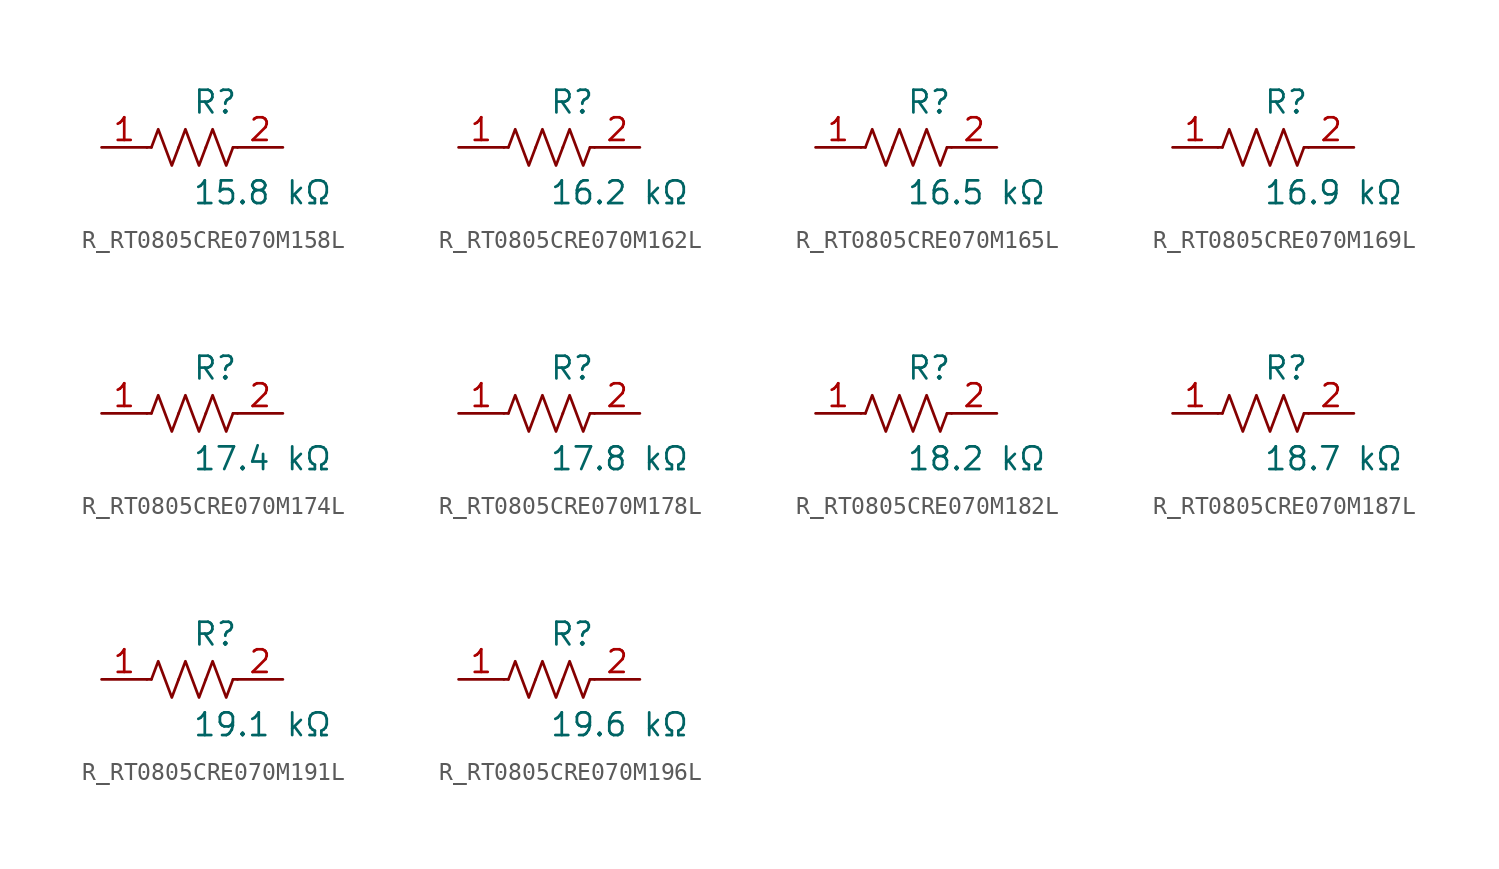
<source format=kicad_sym>
(kicad_symbol_lib
  (version 20231120)
  (generator kicad_symbol_editor)
  (generator_version 8.0)
  (symbol "R_RT0805CRE070M158L"
    (pin_names
      (offset 0.254))
    (property "Reference" "R"
      (at 0.0 2.54 0)
      (effects (font (size 1.27 1.27)) (justify left)))
    (property "Value" "15.8 kΩ"
      (at 0.0 -2.54 0)
      (effects (font (size 1.27 1.27)) (justify left)))
    (symbol "R_RT0805CRE070M158L_0_1"
      (polyline (pts (xy 2.286 0) (xy 2.54 0)) (stroke (width 0) (type default)) (fill (type none)))
      (polyline (pts (xy -2.286 0) (xy -2.54 0)) (stroke (width 0) (type default)) (fill (type none)))
      (polyline (pts (xy 0.762 0) (xy 1.143 1.016) (xy 1.524 0) (xy 1.905 -1.016) (xy 2.286 0)) (stroke (width 0) (type default)) (fill (type none)))
      (polyline (pts (xy -0.762 0) (xy -0.381 1.016) (xy 0 0) (xy 0.381 -1.016) (xy 0.762 0)) (stroke (width 0) (type default)) (fill (type none)))
      (polyline (pts (xy -2.286 0) (xy -1.905 1.016) (xy -1.524 0) (xy -1.143 -1.016) (xy -0.762 0)) (stroke (width 0) (type default)) (fill (type none))))
    (pin unspecified line
      (at -5.08 0 0)
      (length 2.54)
      (name "" (effects (font (size 1.27 1.27))))
      (number "1" (effects (font (size 1.27 1.27)))))
    (pin unspecified line
      (at 5.08 0 180)
      (length 2.54)
      (name "" (effects (font (size 1.27 1.27))))
      (number "2" (effects (font (size 1.27 1.27))))))
  (symbol "R_RT0805CRE070M162L"
    (pin_names
      (offset 0.254))
    (property "Reference" "R"
      (at 0.0 2.54 0)
      (effects (font (size 1.27 1.27)) (justify left)))
    (property "Value" "16.2 kΩ"
      (at 0.0 -2.54 0)
      (effects (font (size 1.27 1.27)) (justify left)))
    (symbol "R_RT0805CRE070M162L_0_1"
      (polyline (pts (xy 2.286 0) (xy 2.54 0)) (stroke (width 0) (type default)) (fill (type none)))
      (polyline (pts (xy -2.286 0) (xy -2.54 0)) (stroke (width 0) (type default)) (fill (type none)))
      (polyline (pts (xy 0.762 0) (xy 1.143 1.016) (xy 1.524 0) (xy 1.905 -1.016) (xy 2.286 0)) (stroke (width 0) (type default)) (fill (type none)))
      (polyline (pts (xy -0.762 0) (xy -0.381 1.016) (xy 0 0) (xy 0.381 -1.016) (xy 0.762 0)) (stroke (width 0) (type default)) (fill (type none)))
      (polyline (pts (xy -2.286 0) (xy -1.905 1.016) (xy -1.524 0) (xy -1.143 -1.016) (xy -0.762 0)) (stroke (width 0) (type default)) (fill (type none))))
    (pin unspecified line
      (at -5.08 0 0)
      (length 2.54)
      (name "" (effects (font (size 1.27 1.27))))
      (number "1" (effects (font (size 1.27 1.27)))))
    (pin unspecified line
      (at 5.08 0 180)
      (length 2.54)
      (name "" (effects (font (size 1.27 1.27))))
      (number "2" (effects (font (size 1.27 1.27))))))
  (symbol "R_RT0805CRE070M165L"
    (pin_names
      (offset 0.254))
    (property "Reference" "R"
      (at 0.0 2.54 0)
      (effects (font (size 1.27 1.27)) (justify left)))
    (property "Value" "16.5 kΩ"
      (at 0.0 -2.54 0)
      (effects (font (size 1.27 1.27)) (justify left)))
    (symbol "R_RT0805CRE070M165L_0_1"
      (polyline (pts (xy 2.286 0) (xy 2.54 0)) (stroke (width 0) (type default)) (fill (type none)))
      (polyline (pts (xy -2.286 0) (xy -2.54 0)) (stroke (width 0) (type default)) (fill (type none)))
      (polyline (pts (xy 0.762 0) (xy 1.143 1.016) (xy 1.524 0) (xy 1.905 -1.016) (xy 2.286 0)) (stroke (width 0) (type default)) (fill (type none)))
      (polyline (pts (xy -0.762 0) (xy -0.381 1.016) (xy 0 0) (xy 0.381 -1.016) (xy 0.762 0)) (stroke (width 0) (type default)) (fill (type none)))
      (polyline (pts (xy -2.286 0) (xy -1.905 1.016) (xy -1.524 0) (xy -1.143 -1.016) (xy -0.762 0)) (stroke (width 0) (type default)) (fill (type none))))
    (pin unspecified line
      (at -5.08 0 0)
      (length 2.54)
      (name "" (effects (font (size 1.27 1.27))))
      (number "1" (effects (font (size 1.27 1.27)))))
    (pin unspecified line
      (at 5.08 0 180)
      (length 2.54)
      (name "" (effects (font (size 1.27 1.27))))
      (number "2" (effects (font (size 1.27 1.27))))))
  (symbol "R_RT0805CRE070M169L"
    (pin_names
      (offset 0.254))
    (property "Reference" "R"
      (at 0.0 2.54 0)
      (effects (font (size 1.27 1.27)) (justify left)))
    (property "Value" "16.9 kΩ"
      (at 0.0 -2.54 0)
      (effects (font (size 1.27 1.27)) (justify left)))
    (symbol "R_RT0805CRE070M169L_0_1"
      (polyline (pts (xy 2.286 0) (xy 2.54 0)) (stroke (width 0) (type default)) (fill (type none)))
      (polyline (pts (xy -2.286 0) (xy -2.54 0)) (stroke (width 0) (type default)) (fill (type none)))
      (polyline (pts (xy 0.762 0) (xy 1.143 1.016) (xy 1.524 0) (xy 1.905 -1.016) (xy 2.286 0)) (stroke (width 0) (type default)) (fill (type none)))
      (polyline (pts (xy -0.762 0) (xy -0.381 1.016) (xy 0 0) (xy 0.381 -1.016) (xy 0.762 0)) (stroke (width 0) (type default)) (fill (type none)))
      (polyline (pts (xy -2.286 0) (xy -1.905 1.016) (xy -1.524 0) (xy -1.143 -1.016) (xy -0.762 0)) (stroke (width 0) (type default)) (fill (type none))))
    (pin unspecified line
      (at -5.08 0 0)
      (length 2.54)
      (name "" (effects (font (size 1.27 1.27))))
      (number "1" (effects (font (size 1.27 1.27)))))
    (pin unspecified line
      (at 5.08 0 180)
      (length 2.54)
      (name "" (effects (font (size 1.27 1.27))))
      (number "2" (effects (font (size 1.27 1.27))))))
  (symbol "R_RT0805CRE070M174L"
    (pin_names
      (offset 0.254))
    (property "Reference" "R"
      (at 0.0 2.54 0)
      (effects (font (size 1.27 1.27)) (justify left)))
    (property "Value" "17.4 kΩ"
      (at 0.0 -2.54 0)
      (effects (font (size 1.27 1.27)) (justify left)))
    (symbol "R_RT0805CRE070M174L_0_1"
      (polyline (pts (xy 2.286 0) (xy 2.54 0)) (stroke (width 0) (type default)) (fill (type none)))
      (polyline (pts (xy -2.286 0) (xy -2.54 0)) (stroke (width 0) (type default)) (fill (type none)))
      (polyline (pts (xy 0.762 0) (xy 1.143 1.016) (xy 1.524 0) (xy 1.905 -1.016) (xy 2.286 0)) (stroke (width 0) (type default)) (fill (type none)))
      (polyline (pts (xy -0.762 0) (xy -0.381 1.016) (xy 0 0) (xy 0.381 -1.016) (xy 0.762 0)) (stroke (width 0) (type default)) (fill (type none)))
      (polyline (pts (xy -2.286 0) (xy -1.905 1.016) (xy -1.524 0) (xy -1.143 -1.016) (xy -0.762 0)) (stroke (width 0) (type default)) (fill (type none))))
    (pin unspecified line
      (at -5.08 0 0)
      (length 2.54)
      (name "" (effects (font (size 1.27 1.27))))
      (number "1" (effects (font (size 1.27 1.27)))))
    (pin unspecified line
      (at 5.08 0 180)
      (length 2.54)
      (name "" (effects (font (size 1.27 1.27))))
      (number "2" (effects (font (size 1.27 1.27))))))
  (symbol "R_RT0805CRE070M178L"
    (pin_names
      (offset 0.254))
    (property "Reference" "R"
      (at 0.0 2.54 0)
      (effects (font (size 1.27 1.27)) (justify left)))
    (property "Value" "17.8 kΩ"
      (at 0.0 -2.54 0)
      (effects (font (size 1.27 1.27)) (justify left)))
    (symbol "R_RT0805CRE070M178L_0_1"
      (polyline (pts (xy 2.286 0) (xy 2.54 0)) (stroke (width 0) (type default)) (fill (type none)))
      (polyline (pts (xy -2.286 0) (xy -2.54 0)) (stroke (width 0) (type default)) (fill (type none)))
      (polyline (pts (xy 0.762 0) (xy 1.143 1.016) (xy 1.524 0) (xy 1.905 -1.016) (xy 2.286 0)) (stroke (width 0) (type default)) (fill (type none)))
      (polyline (pts (xy -0.762 0) (xy -0.381 1.016) (xy 0 0) (xy 0.381 -1.016) (xy 0.762 0)) (stroke (width 0) (type default)) (fill (type none)))
      (polyline (pts (xy -2.286 0) (xy -1.905 1.016) (xy -1.524 0) (xy -1.143 -1.016) (xy -0.762 0)) (stroke (width 0) (type default)) (fill (type none))))
    (pin unspecified line
      (at -5.08 0 0)
      (length 2.54)
      (name "" (effects (font (size 1.27 1.27))))
      (number "1" (effects (font (size 1.27 1.27)))))
    (pin unspecified line
      (at 5.08 0 180)
      (length 2.54)
      (name "" (effects (font (size 1.27 1.27))))
      (number "2" (effects (font (size 1.27 1.27))))))
  (symbol "R_RT0805CRE070M182L"
    (pin_names
      (offset 0.254))
    (property "Reference" "R"
      (at 0.0 2.54 0)
      (effects (font (size 1.27 1.27)) (justify left)))
    (property "Value" "18.2 kΩ"
      (at 0.0 -2.54 0)
      (effects (font (size 1.27 1.27)) (justify left)))
    (symbol "R_RT0805CRE070M182L_0_1"
      (polyline (pts (xy 2.286 0) (xy 2.54 0)) (stroke (width 0) (type default)) (fill (type none)))
      (polyline (pts (xy -2.286 0) (xy -2.54 0)) (stroke (width 0) (type default)) (fill (type none)))
      (polyline (pts (xy 0.762 0) (xy 1.143 1.016) (xy 1.524 0) (xy 1.905 -1.016) (xy 2.286 0)) (stroke (width 0) (type default)) (fill (type none)))
      (polyline (pts (xy -0.762 0) (xy -0.381 1.016) (xy 0 0) (xy 0.381 -1.016) (xy 0.762 0)) (stroke (width 0) (type default)) (fill (type none)))
      (polyline (pts (xy -2.286 0) (xy -1.905 1.016) (xy -1.524 0) (xy -1.143 -1.016) (xy -0.762 0)) (stroke (width 0) (type default)) (fill (type none))))
    (pin unspecified line
      (at -5.08 0 0)
      (length 2.54)
      (name "" (effects (font (size 1.27 1.27))))
      (number "1" (effects (font (size 1.27 1.27)))))
    (pin unspecified line
      (at 5.08 0 180)
      (length 2.54)
      (name "" (effects (font (size 1.27 1.27))))
      (number "2" (effects (font (size 1.27 1.27))))))
  (symbol "R_RT0805CRE070M187L"
    (pin_names
      (offset 0.254))
    (property "Reference" "R"
      (at 0.0 2.54 0)
      (effects (font (size 1.27 1.27)) (justify left)))
    (property "Value" "18.7 kΩ"
      (at 0.0 -2.54 0)
      (effects (font (size 1.27 1.27)) (justify left)))
    (symbol "R_RT0805CRE070M187L_0_1"
      (polyline (pts (xy 2.286 0) (xy 2.54 0)) (stroke (width 0) (type default)) (fill (type none)))
      (polyline (pts (xy -2.286 0) (xy -2.54 0)) (stroke (width 0) (type default)) (fill (type none)))
      (polyline (pts (xy 0.762 0) (xy 1.143 1.016) (xy 1.524 0) (xy 1.905 -1.016) (xy 2.286 0)) (stroke (width 0) (type default)) (fill (type none)))
      (polyline (pts (xy -0.762 0) (xy -0.381 1.016) (xy 0 0) (xy 0.381 -1.016) (xy 0.762 0)) (stroke (width 0) (type default)) (fill (type none)))
      (polyline (pts (xy -2.286 0) (xy -1.905 1.016) (xy -1.524 0) (xy -1.143 -1.016) (xy -0.762 0)) (stroke (width 0) (type default)) (fill (type none))))
    (pin unspecified line
      (at -5.08 0 0)
      (length 2.54)
      (name "" (effects (font (size 1.27 1.27))))
      (number "1" (effects (font (size 1.27 1.27)))))
    (pin unspecified line
      (at 5.08 0 180)
      (length 2.54)
      (name "" (effects (font (size 1.27 1.27))))
      (number "2" (effects (font (size 1.27 1.27))))))
  (symbol "R_RT0805CRE070M191L"
    (pin_names
      (offset 0.254))
    (property "Reference" "R"
      (at 0.0 2.54 0)
      (effects (font (size 1.27 1.27)) (justify left)))
    (property "Value" "19.1 kΩ"
      (at 0.0 -2.54 0)
      (effects (font (size 1.27 1.27)) (justify left)))
    (symbol "R_RT0805CRE070M191L_0_1"
      (polyline (pts (xy 2.286 0) (xy 2.54 0)) (stroke (width 0) (type default)) (fill (type none)))
      (polyline (pts (xy -2.286 0) (xy -2.54 0)) (stroke (width 0) (type default)) (fill (type none)))
      (polyline (pts (xy 0.762 0) (xy 1.143 1.016) (xy 1.524 0) (xy 1.905 -1.016) (xy 2.286 0)) (stroke (width 0) (type default)) (fill (type none)))
      (polyline (pts (xy -0.762 0) (xy -0.381 1.016) (xy 0 0) (xy 0.381 -1.016) (xy 0.762 0)) (stroke (width 0) (type default)) (fill (type none)))
      (polyline (pts (xy -2.286 0) (xy -1.905 1.016) (xy -1.524 0) (xy -1.143 -1.016) (xy -0.762 0)) (stroke (width 0) (type default)) (fill (type none))))
    (pin unspecified line
      (at -5.08 0 0)
      (length 2.54)
      (name "" (effects (font (size 1.27 1.27))))
      (number "1" (effects (font (size 1.27 1.27)))))
    (pin unspecified line
      (at 5.08 0 180)
      (length 2.54)
      (name "" (effects (font (size 1.27 1.27))))
      (number "2" (effects (font (size 1.27 1.27))))))
  (symbol "R_RT0805CRE070M196L"
    (pin_names
      (offset 0.254))
    (property "Reference" "R"
      (at 0.0 2.54 0)
      (effects (font (size 1.27 1.27)) (justify left)))
    (property "Value" "19.6 kΩ"
      (at 0.0 -2.54 0)
      (effects (font (size 1.27 1.27)) (justify left)))
    (symbol "R_RT0805CRE070M196L_0_1"
      (polyline (pts (xy 2.286 0) (xy 2.54 0)) (stroke (width 0) (type default)) (fill (type none)))
      (polyline (pts (xy -2.286 0) (xy -2.54 0)) (stroke (width 0) (type default)) (fill (type none)))
      (polyline (pts (xy 0.762 0) (xy 1.143 1.016) (xy 1.524 0) (xy 1.905 -1.016) (xy 2.286 0)) (stroke (width 0) (type default)) (fill (type none)))
      (polyline (pts (xy -0.762 0) (xy -0.381 1.016) (xy 0 0) (xy 0.381 -1.016) (xy 0.762 0)) (stroke (width 0) (type default)) (fill (type none)))
      (polyline (pts (xy -2.286 0) (xy -1.905 1.016) (xy -1.524 0) (xy -1.143 -1.016) (xy -0.762 0)) (stroke (width 0) (type default)) (fill (type none))))
    (pin unspecified line
      (at -5.08 0 0)
      (length 2.54)
      (name "" (effects (font (size 1.27 1.27))))
      (number "1" (effects (font (size 1.27 1.27)))))
    (pin unspecified line
      (at 5.08 0 180)
      (length 2.54)
      (name "" (effects (font (size 1.27 1.27))))
      (number "2" (effects (font (size 1.27 1.27)))))))
</source>
